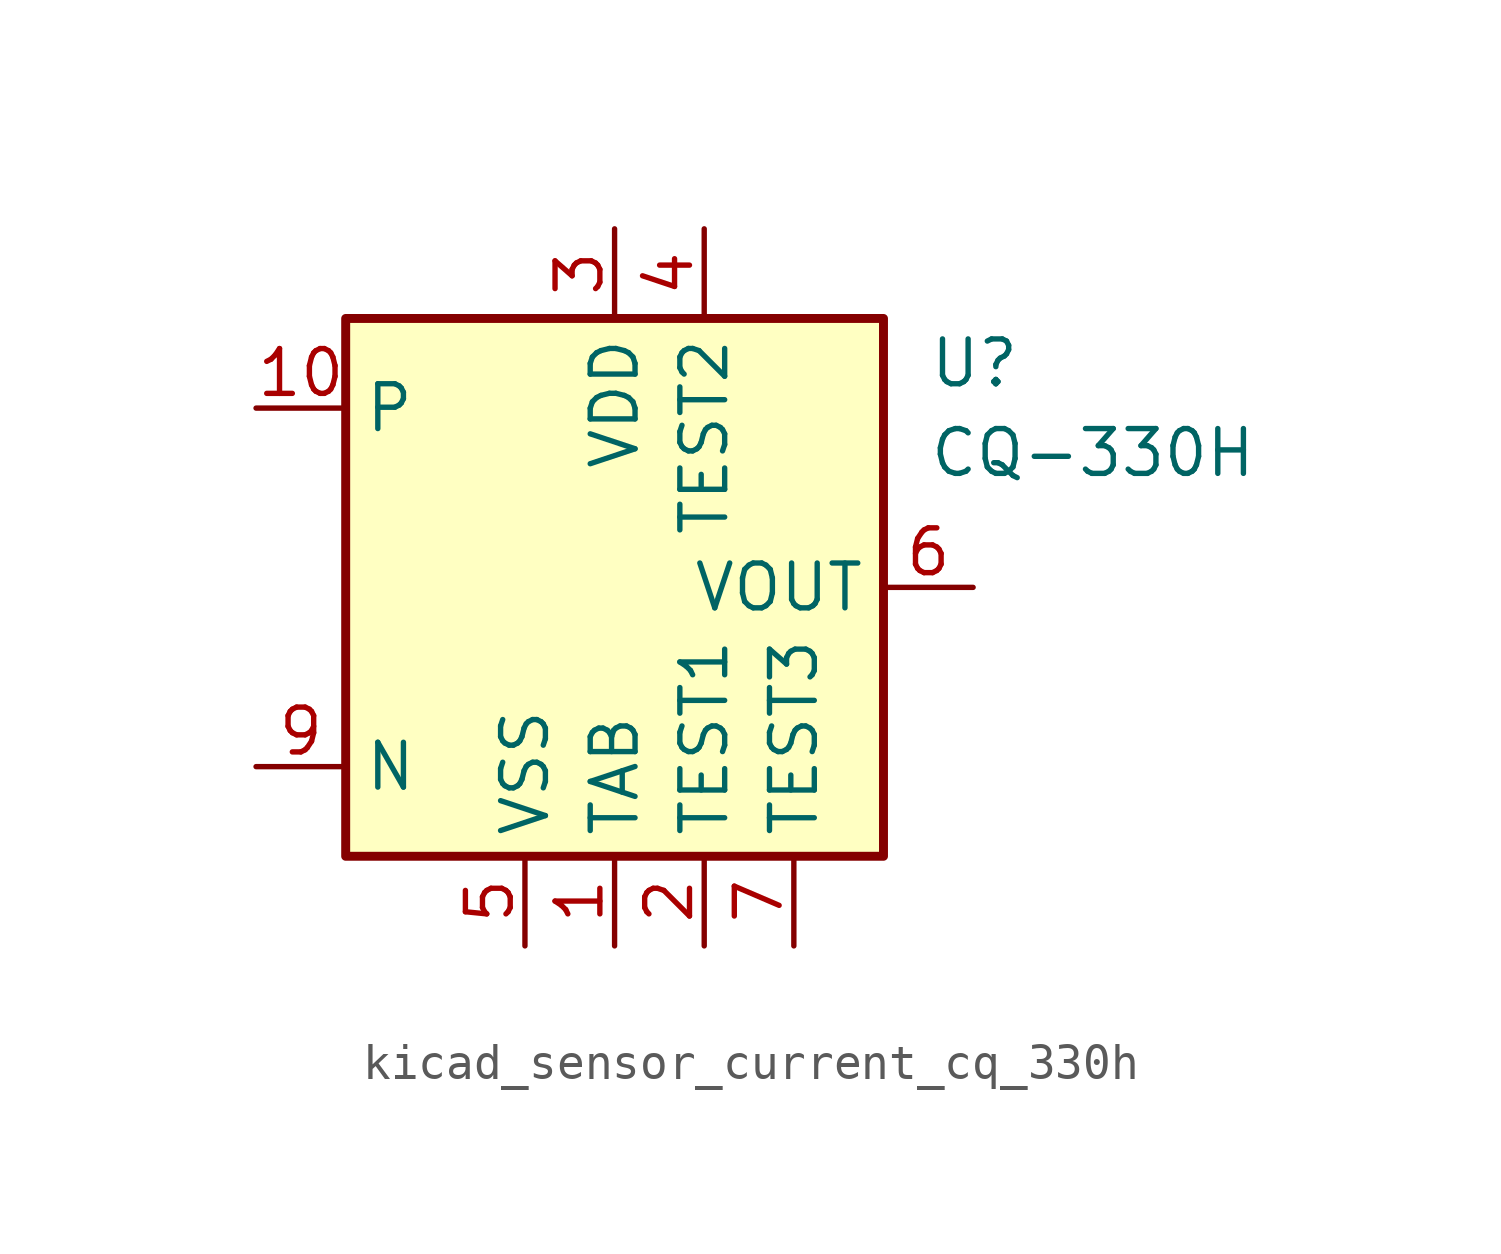
<source format=kicad_sym>
(kicad_symbol_lib
  (version 20220914)
  (generator kicad_symbol_editor)
  (symbol "kicad_sensor_current_cq_330h"
    (property "Reference" "U"
      (at 8.89 6.35 0)
      (effects (font (size 1.27 1.27)) (justify left)))
    (property "Value" "CQ-330H"
      (at 8.89 3.81 0)
      (effects (font (size 1.27 1.27)) (justify left)))
    (symbol "kicad_sensor_current_cq_330h_0_1"
      (rectangle (start -7.62 7.62) (end 7.62 -7.62) (stroke (width 0.254) (type default)) (fill (type background))))
    (symbol "kicad_sensor_current_cq_330h_1_1"
      (pin power_in line (at 0 -10.16 90) (length 2.54) (name "TAB" (effects (font (size 1.27 1.27)))) (number "1" (effects (font (size 1.27 1.27)))))
      (pin passive line (at -10.16 5.08 0) (length 2.54) (name "P" (effects (font (size 1.27 1.27)))) (number "10" (effects (font (size 1.27 1.27)))))
      (pin power_in line (at 2.54 -10.16 90) (length 2.54) (name "TEST1" (effects (font (size 1.27 1.27)))) (number "2" (effects (font (size 1.27 1.27)))))
      (pin power_in line (at 0 10.16 270) (length 2.54) (name "VDD" (effects (font (size 1.27 1.27)))) (number "3" (effects (font (size 1.27 1.27)))))
      (pin power_in line (at 2.54 10.16 270) (length 2.54) (name "TEST2" (effects (font (size 1.27 1.27)))) (number "4" (effects (font (size 1.27 1.27)))))
      (pin power_in line (at -2.54 -10.16 90) (length 2.54) (name "VSS" (effects (font (size 1.27 1.27)))) (number "5" (effects (font (size 1.27 1.27)))))
      (pin output line (at 10.16 0 180) (length 2.54) (name "VOUT" (effects (font (size 1.27 1.27)))) (number "6" (effects (font (size 1.27 1.27)))))
      (pin power_in line (at 5.08 -10.16 90) (length 2.54) (name "TEST3" (effects (font (size 1.27 1.27)))) (number "7" (effects (font (size 1.27 1.27)))))
      (pin passive line (at 0 -10.16 90) (length 2.54) hide (name "TAB" (effects (font (size 1.27 1.27)))) (number "8" (effects (font (size 1.27 1.27)))))
      (pin passive line (at -10.16 -5.08 0) (length 2.54) (name "N" (effects (font (size 1.27 1.27)))) (number "9" (effects (font (size 1.27 1.27))))))))
</source>
